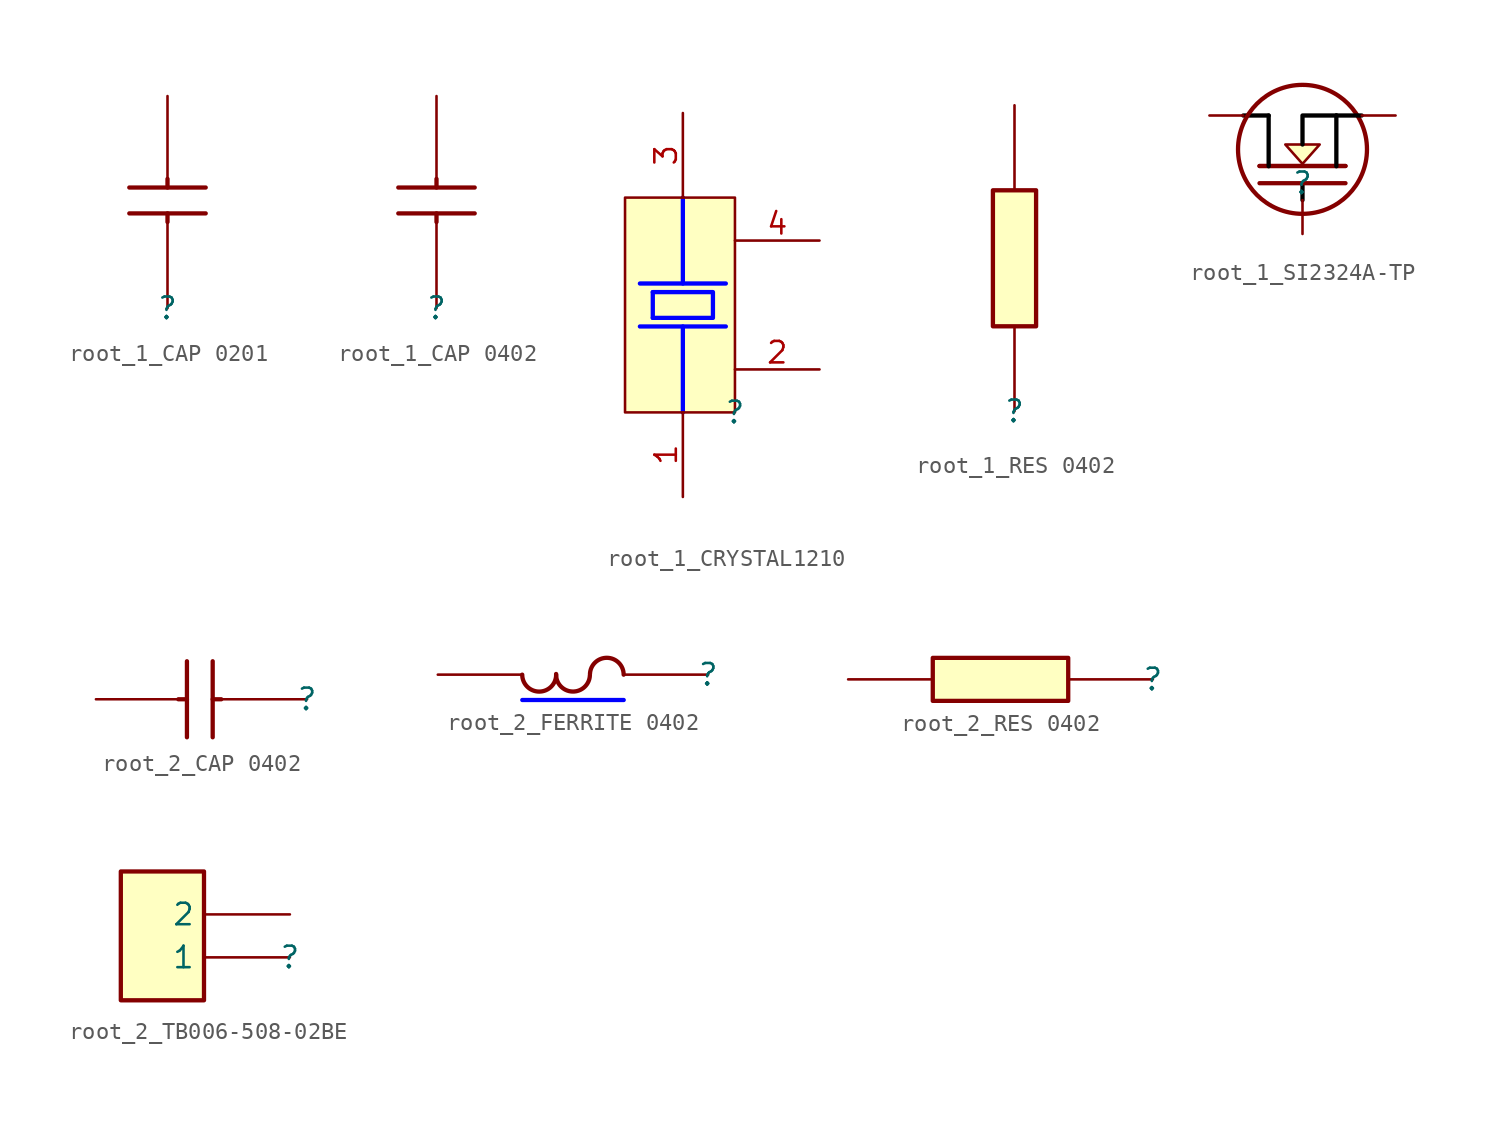
<source format=kicad_sym>
(kicad_symbol_lib
  (version 20220914)
  (generator kicad_symbol_editor)
  (symbol "root_1_CAP 0201"
    (property "Reference" ""
      (at 0 0 0)
      (effects (font (size 1.27 1.27))))
    (property "Value" ""
      (at 0 0 0)
      (effects (font (size 1.27 1.27))))
    (symbol "root_1_CAP 0201_1_0"
      (polyline (pts (xy -2.25 5.588) (xy 2.25 5.588)) (stroke (width 0.254) (type solid)) (fill (type none)))
      (polyline (pts (xy -2.25 7.112) (xy 2.25 7.112)) (stroke (width 0.254) (type solid)) (fill (type none)))
      (polyline (pts (xy 0 5.08) (xy 0 5.588)) (stroke (width 0.254) (type solid)) (fill (type none)))
      (polyline (pts (xy 0 7.112) (xy 0 7.62)) (stroke (width 0.254) (type solid)) (fill (type none)))
      (pin passive line (at 0 0 90) (length 5) (name "1" (effects (font (size 0 0)))) (number "1" (effects (font (size 0 0)))))
      (pin passive line (at 0 12.5 270) (length 5) (name "2" (effects (font (size 0 0)))) (number "2" (effects (font (size 0 0)))))))
  (symbol "root_1_CAP 0402"
    (property "Reference" ""
      (at 0 0 0)
      (effects (font (size 1.27 1.27))))
    (property "Value" ""
      (at 0 0 0)
      (effects (font (size 1.27 1.27))))
    (symbol "root_1_CAP 0402_1_0"
      (polyline (pts (xy -2.25 5.588) (xy 2.25 5.588)) (stroke (width 0.254) (type solid)) (fill (type none)))
      (polyline (pts (xy -2.25 7.112) (xy 2.25 7.112)) (stroke (width 0.254) (type solid)) (fill (type none)))
      (polyline (pts (xy 0 5.08) (xy 0 5.588)) (stroke (width 0.254) (type solid)) (fill (type none)))
      (polyline (pts (xy 0 7.112) (xy 0 7.62)) (stroke (width 0.254) (type solid)) (fill (type none)))
      (pin passive line (at 0 0 90) (length 5) (name "1" (effects (font (size 0 0)))) (number "1" (effects (font (size 0 0)))))
      (pin passive line (at 0 12.5 270) (length 5) (name "2" (effects (font (size 0 0)))) (number "2" (effects (font (size 0 0)))))))
  (symbol "root_1_CRYSTAL1210"
    (property "Reference" ""
      (at 0 0 0)
      (effects (font (size 1.27 1.27))))
    (property "Value" ""
      (at 0 0 0)
      (effects (font (size 1.27 1.27))))
    (symbol "root_1_CRYSTAL1210_1_0"
      (polyline (pts (xy -5.62 5.08) (xy -0.54 5.08)) (stroke (width 0.254) (type solid) (color 0 0 255 1)) (fill (type none)))
      (polyline (pts (xy -5.62 7.62) (xy -0.54 7.62)) (stroke (width 0.254) (type solid) (color 0 0 255 1)) (fill (type none)))
      (polyline (pts (xy -4.858 5.588) (xy -4.858 7.112)) (stroke (width 0.254) (type solid) (color 0 0 255 1)) (fill (type none)))
      (polyline (pts (xy -3.08 0) (xy -3.08 5.08)) (stroke (width 0.254) (type solid) (color 0 0 255 1)) (fill (type none)))
      (polyline (pts (xy -3.08 7.62) (xy -3.08 12.7)) (stroke (width 0.254) (type solid) (color 0 0 255 1)) (fill (type none)))
      (polyline (pts (xy -4.858 7.112) (xy -1.302 7.112) (xy -1.302 5.588) (xy -4.858 5.588)) (stroke (width 0.254) (type solid) (color 0 0 255 1)) (fill (type none)))
      (rectangle (start 0 12.7) (end -6.499 0) (stroke (width 0) (type solid)) (fill (type background)))
      (pin passive line (at -3.08 -5 90) (length 5) (name "X1" (effects (font (size 0 0)))) (number "1" (effects (font (size 1.27 1.27)))))
      (pin passive line (at 5 2.54 180) (length 5) (name "GND" (effects (font (size 0 0)))) (number "2" (effects (font (size 1.27 1.27)))))
      (pin passive line (at -3.08 17.7 270) (length 5) (name "X2" (effects (font (size 0 0)))) (number "3" (effects (font (size 1.27 1.27)))))
      (pin passive line (at 5 10.16 180) (length 5) (name "GND" (effects (font (size 0 0)))) (number "4" (effects (font (size 1.27 1.27)))))))
  (symbol "root_1_RES 0402"
    (property "Reference" ""
      (at 0 0 0)
      (effects (font (size 1.27 1.27))))
    (property "Value" ""
      (at 0 0 0)
      (effects (font (size 1.27 1.27))))
    (symbol "root_1_RES 0402_1_0"
      (rectangle (start 1.27 13) (end -1.27 5) (stroke (width 0.254) (type solid)) (fill (type background)))
      (pin passive line (at 0 0 90) (length 5) (name "1" (effects (font (size 0 0)))) (number "1" (effects (font (size 0 0)))))
      (pin passive line (at 0 18 270) (length 5) (name "2" (effects (font (size 0 0)))) (number "2" (effects (font (size 0 0)))))))
  (symbol "root_1_SI2324A-TP"
    (property "Reference" ""
      (at 0 0 0)
      (effects (font (size 1.27 1.27))))
    (property "Value" ""
      (at 0 0 0)
      (effects (font (size 1.27 1.27))))
    (symbol "root_1_SI2324A-TP_1_0"
      (polyline (pts (xy -3.5 4) (xy -2 4)) (stroke (width 0.254) (type solid) (color 0 0 0 1)) (fill (type none)))
      (polyline (pts (xy -2.54 1.016) (xy 2.54 1.016)) (stroke (width 0.254) (type solid)) (fill (type none)))
      (polyline (pts (xy -2.54 1.016) (xy 2.54 1.016)) (stroke (width 0.254) (type solid)) (fill (type none)))
      (polyline (pts (xy -2 4) (xy -2 1)) (stroke (width 0.254) (type solid) (color 0 0 0 1)) (fill (type none)))
      (polyline (pts (xy 0 -1) (xy 0 0)) (stroke (width 0.254) (type solid) (color 0 0 0 1)) (fill (type none)))
      (polyline (pts (xy 2 4) (xy 2 1)) (stroke (width 0.254) (type solid) (color 0 0 0 1)) (fill (type none)))
      (polyline (pts (xy 2.54 0) (xy -2.54 0)) (stroke (width 0.254) (type solid)) (fill (type none)))
      (polyline (pts (xy 3.5 4) (xy 2 4)) (stroke (width 0.254) (type solid) (color 0 0 0 1)) (fill (type none)))
      (polyline (pts (xy 2 4) (xy 0 4) (xy 0 2.286)) (stroke (width 0.254) (type solid) (color 0 0 0 1)) (fill (type none)))
      (polyline (pts (xy 0 1.143) (xy -1.016 2.286) (xy 1.016 2.286) (xy 0 1.143)) (stroke (width 0) (type solid)) (fill (type background)))
      (circle (center 0 2) (radius 3.81) (stroke (width 0.254) (type solid)) (fill (type none)))
      (pin passive line (at 0 -3 90) (length 2) (name "G" (effects (font (size 0 0)))) (number "1" (effects (font (size 0 0)))))
      (pin passive line (at 5.5 4 180) (length 2) (name "S" (effects (font (size 0 0)))) (number "2" (effects (font (size 0 0)))))
      (pin passive line (at -5.5 4 0) (length 2) (name "D" (effects (font (size 0 0)))) (number "3" (effects (font (size 0 0)))))))
  (symbol "root_2_CAP 0402"
    (property "Reference" ""
      (at 0 0 0)
      (effects (font (size 1.27 1.27))))
    (property "Value" ""
      (at 0 0 0)
      (effects (font (size 1.27 1.27))))
    (symbol "root_2_CAP 0402_1_0"
      (polyline (pts (xy -7.112 -2.25) (xy -7.112 2.25)) (stroke (width 0.254) (type solid)) (fill (type none)))
      (polyline (pts (xy -7.112 0) (xy -7.62 0)) (stroke (width 0.254) (type solid)) (fill (type none)))
      (polyline (pts (xy -5.588 -2.25) (xy -5.588 2.25)) (stroke (width 0.254) (type solid)) (fill (type none)))
      (polyline (pts (xy -5.08 0) (xy -5.588 0)) (stroke (width 0.254) (type solid)) (fill (type none)))
      (pin passive line (at 0 0 180) (length 5) (name "1" (effects (font (size 0 0)))) (number "1" (effects (font (size 0 0)))))
      (pin passive line (at -12.5 0 0) (length 5) (name "2" (effects (font (size 0 0)))) (number "2" (effects (font (size 0 0)))))))
  (symbol "root_2_FERRITE 0402"
    (property "Reference" ""
      (at 0 0 0)
      (effects (font (size 1.27 1.27))))
    (property "Value" ""
      (at 0 0 0)
      (effects (font (size 1.27 1.27))))
    (symbol "root_2_FERRITE 0402_1_0"
      (arc (start -11.004 -0.0009) (mid -10.0089 -1.004) (end -8.9962 -0.0187) (stroke (width 0.254) (type solid)) (fill (type none)))
      (arc (start -8.9992 0.0401) (mid -8.0399 -0.9949) (end -7.0008 -0.0401) (stroke (width 0.254) (type solid)) (fill (type none)))
      (arc (start -5.003 -0.0001) (mid -5.9799 0.9968) (end -6.9962 0.04) (stroke (width 0.254) (type solid)) (fill (type none)))
      (polyline (pts (xy -5 -1.5) (xy -11 -1.5)) (stroke (width 0.254) (type solid) (color 0 0 255 1)) (fill (type none)))
      (pin passive line (at 0 0 180) (length 5) (name "1" (effects (font (size 0 0)))) (number "1" (effects (font (size 0 0)))))
      (pin passive line (at -16 0 0) (length 5) (name "2" (effects (font (size 0 0)))) (number "2" (effects (font (size 0 0)))))))
  (symbol "root_2_RES 0402"
    (property "Reference" ""
      (at 0 0 0)
      (effects (font (size 1.27 1.27))))
    (property "Value" ""
      (at 0 0 0)
      (effects (font (size 1.27 1.27))))
    (symbol "root_2_RES 0402_1_0"
      (rectangle (start -5 1.27) (end -13 -1.27) (stroke (width 0.254) (type solid)) (fill (type background)))
      (pin passive line (at 0 0 180) (length 5) (name "1" (effects (font (size 0 0)))) (number "1" (effects (font (size 0 0)))))
      (pin passive line (at -18 0 0) (length 5) (name "2" (effects (font (size 0 0)))) (number "2" (effects (font (size 0 0)))))))
  (symbol "root_2_TB006-508-02BE"
    (property "Reference" ""
      (at 0 0 0)
      (effects (font (size 1.27 1.27))))
    (property "Value" ""
      (at 0 0 0)
      (effects (font (size 1.27 1.27))))
    (symbol "root_2_TB006-508-02BE_1_0"
      (rectangle (start -5.08 5.08) (end -10 -2.54) (stroke (width 0.254) (type solid)) (fill (type background)))
      (pin passive line (at 0 0 180) (length 5.08) (name "1" (effects (font (size 1.27 1.27)))) (number "1" (effects (font (size 0 0)))))
      (pin passive line (at 0 2.54 180) (length 5.08) (name "2" (effects (font (size 1.27 1.27)))) (number "2" (effects (font (size 0 0))))))))
</source>
